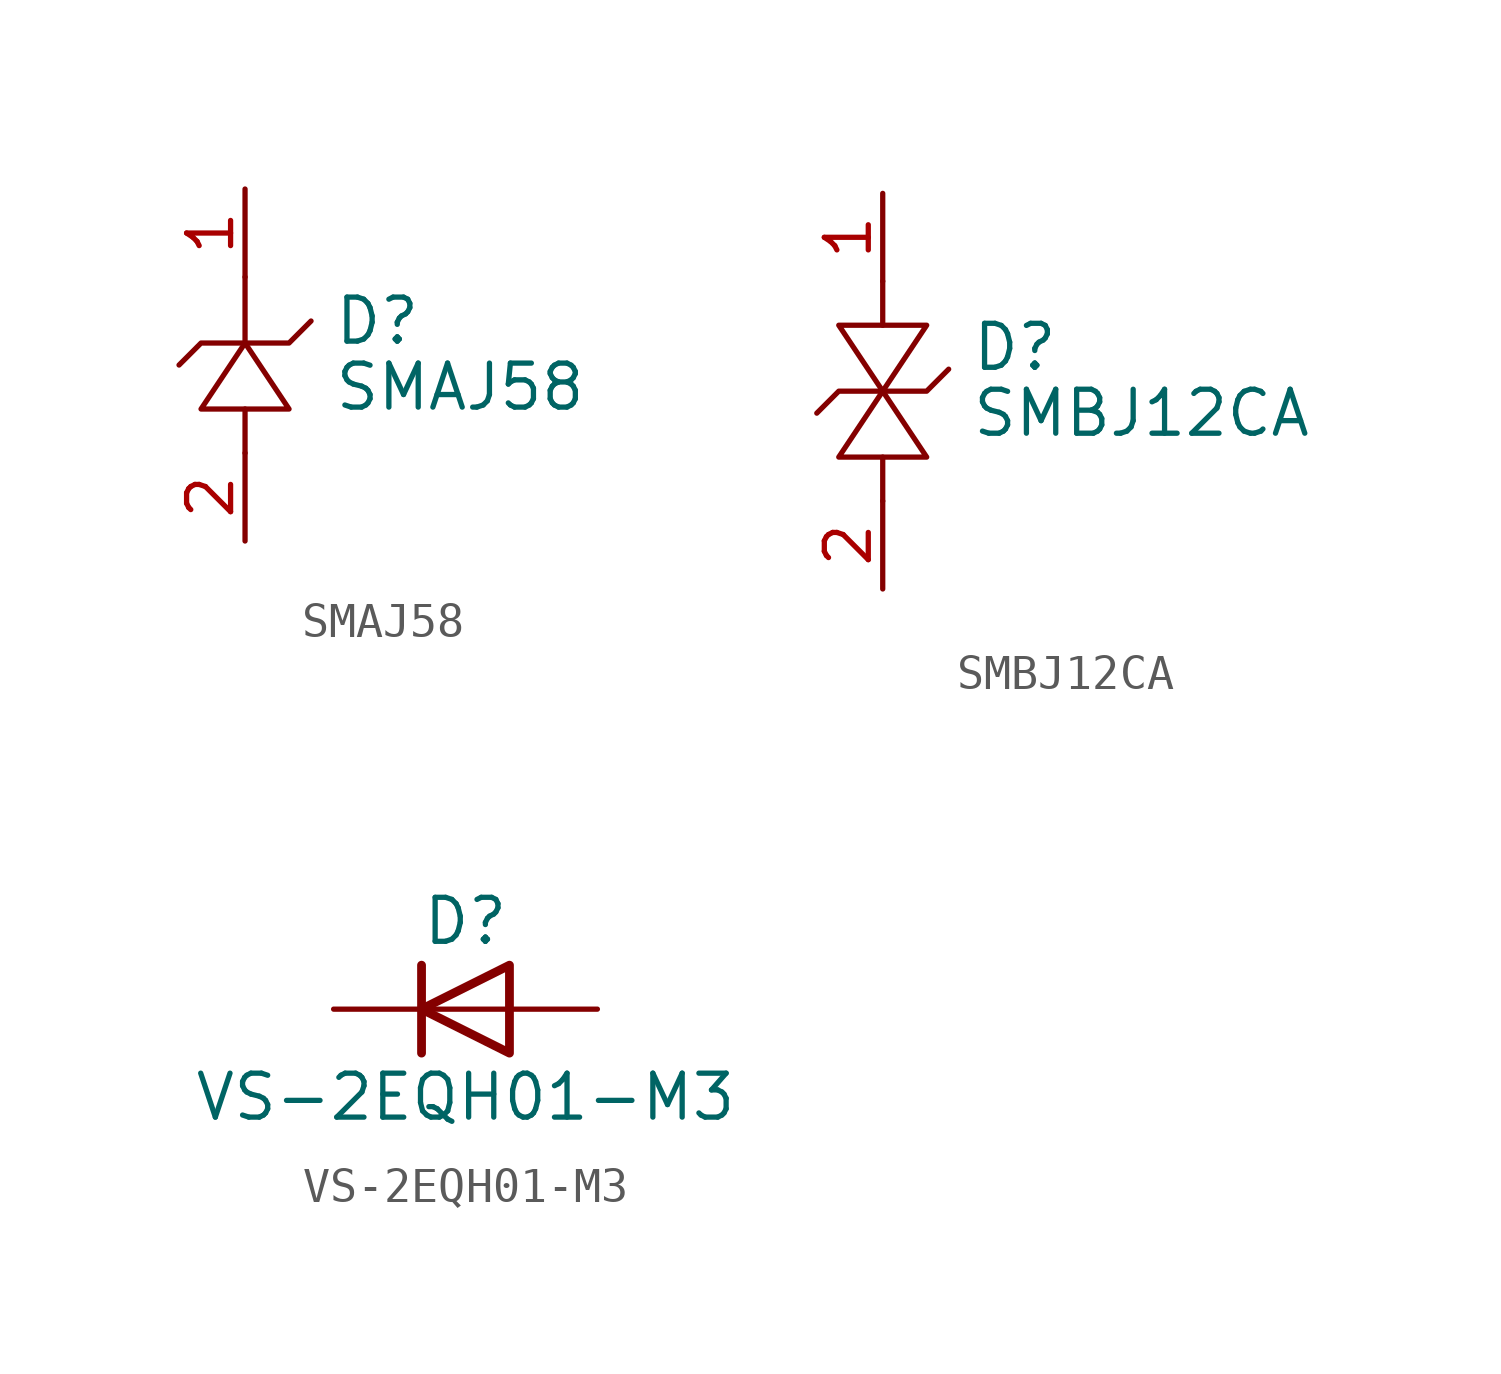
<source format=kicad_sym>
(kicad_symbol_lib
  (version 20220914)
  (generator kicad_symbol_editor)
  (symbol "SMAJ58"
    (property "Reference" "D"
      (at 2.54 1.27 0)
      (effects (font (size 1.27 1.27)) (justify left)))
    (property "Value" "SMAJ58"
      (at 2.54 -0.635 0)
      (effects (font (size 1.27 1.27)) (justify left)))
    (symbol "SMAJ58_0_1"
      (polyline (pts (xy 0 -2.54) (xy 0 -1.27)) (stroke (width 0) (type default)) (fill (type none)))
      (polyline (pts (xy 0 2.54) (xy 0 0.635)) (stroke (width 0) (type default)) (fill (type none)))
      (polyline (pts (xy 1.905 1.27) (xy 1.27 0.635) (xy -1.27 0.635) (xy -1.905 0)) (stroke (width 0) (type default)) (fill (type none))))
    (symbol "SMAJ58_1_1"
      (polyline (pts (xy -1.27 -1.27) (xy 1.27 -1.27) (xy 0 0.635) (xy -1.27 -1.27)) (stroke (width 0) (type default)) (fill (type none)))
      (pin passive line (at 0 5.08 270) (length 2.54) (name "~" (effects (font (size 1.27 1.27)))) (number "1" (effects (font (size 1.27 1.27)))))
      (pin passive line (at 0 -5.08 90) (length 2.54) (name "~" (effects (font (size 1.27 1.27)))) (number "2" (effects (font (size 1.27 1.27)))))))
  (symbol "SMBJ12CA"
    (property "Reference" "D"
      (at 2.54 0.635 0)
      (effects (font (size 1.27 1.27)) (justify left)))
    (property "Value" "SMBJ12CA"
      (at 2.54 -1.27 0)
      (effects (font (size 1.27 1.27)) (justify left)))
    (symbol "SMBJ12CA_0_1"
      (polyline (pts (xy 0 -3.81) (xy 0 -2.54)) (stroke (width 0) (type default)) (fill (type none)))
      (polyline (pts (xy 0 1.27) (xy 0 2.54)) (stroke (width 0) (type default)) (fill (type none)))
      (polyline (pts (xy 1.905 0) (xy 1.27 -0.635) (xy -1.27 -0.635) (xy -1.905 -1.27)) (stroke (width 0) (type default)) (fill (type none))))
    (symbol "SMBJ12CA_1_1"
      (polyline (pts (xy -1.27 -2.54) (xy 1.27 -2.54) (xy 0 -0.635) (xy -1.27 -2.54)) (stroke (width 0) (type default)) (fill (type none)))
      (polyline (pts (xy -1.27 1.27) (xy 1.27 1.27) (xy 0 -0.635) (xy -1.27 1.27)) (stroke (width 0) (type default)) (fill (type none)))
      (pin passive line (at 0 5.08 270) (length 2.54) (name "~" (effects (font (size 1.27 1.27)))) (number "1" (effects (font (size 1.27 1.27)))))
      (pin passive line (at 0 -6.35 90) (length 2.54) (name "~" (effects (font (size 1.27 1.27)))) (number "2" (effects (font (size 1.27 1.27)))))))
  (symbol "VS-2EQH01-M3"
    (pin_numbers hide)
    (pin_names hide)
    (property "Reference" "D"
      (at 0 2.54 0)
      (effects (font (size 1.27 1.27))))
    (property "Value" "VS-2EQH01-M3"
      (at 0 -2.54 0)
      (effects (font (size 1.27 1.27))))
    (symbol "VS-2EQH01-M3_0_1"
      (polyline (pts (xy -1.27 1.27) (xy -1.27 -1.27)) (stroke (width 0.254) (type default)) (fill (type none)))
      (polyline (pts (xy 1.27 0) (xy -1.27 0)) (stroke (width 0) (type default)) (fill (type none)))
      (polyline (pts (xy 1.27 1.27) (xy 1.27 -1.27) (xy -1.27 0) (xy 1.27 1.27)) (stroke (width 0.254) (type default)) (fill (type none))))
    (symbol "VS-2EQH01-M3_1_1"
      (pin passive line (at -3.81 0 0) (length 2.54) (name "K" (effects (font (size 1.27 1.27)))) (number "1" (effects (font (size 1.27 1.27)))))
      (pin passive line (at 3.81 0 180) (length 2.54) (name "A" (effects (font (size 1.27 1.27)))) (number "2" (effects (font (size 1.27 1.27))))))))
</source>
